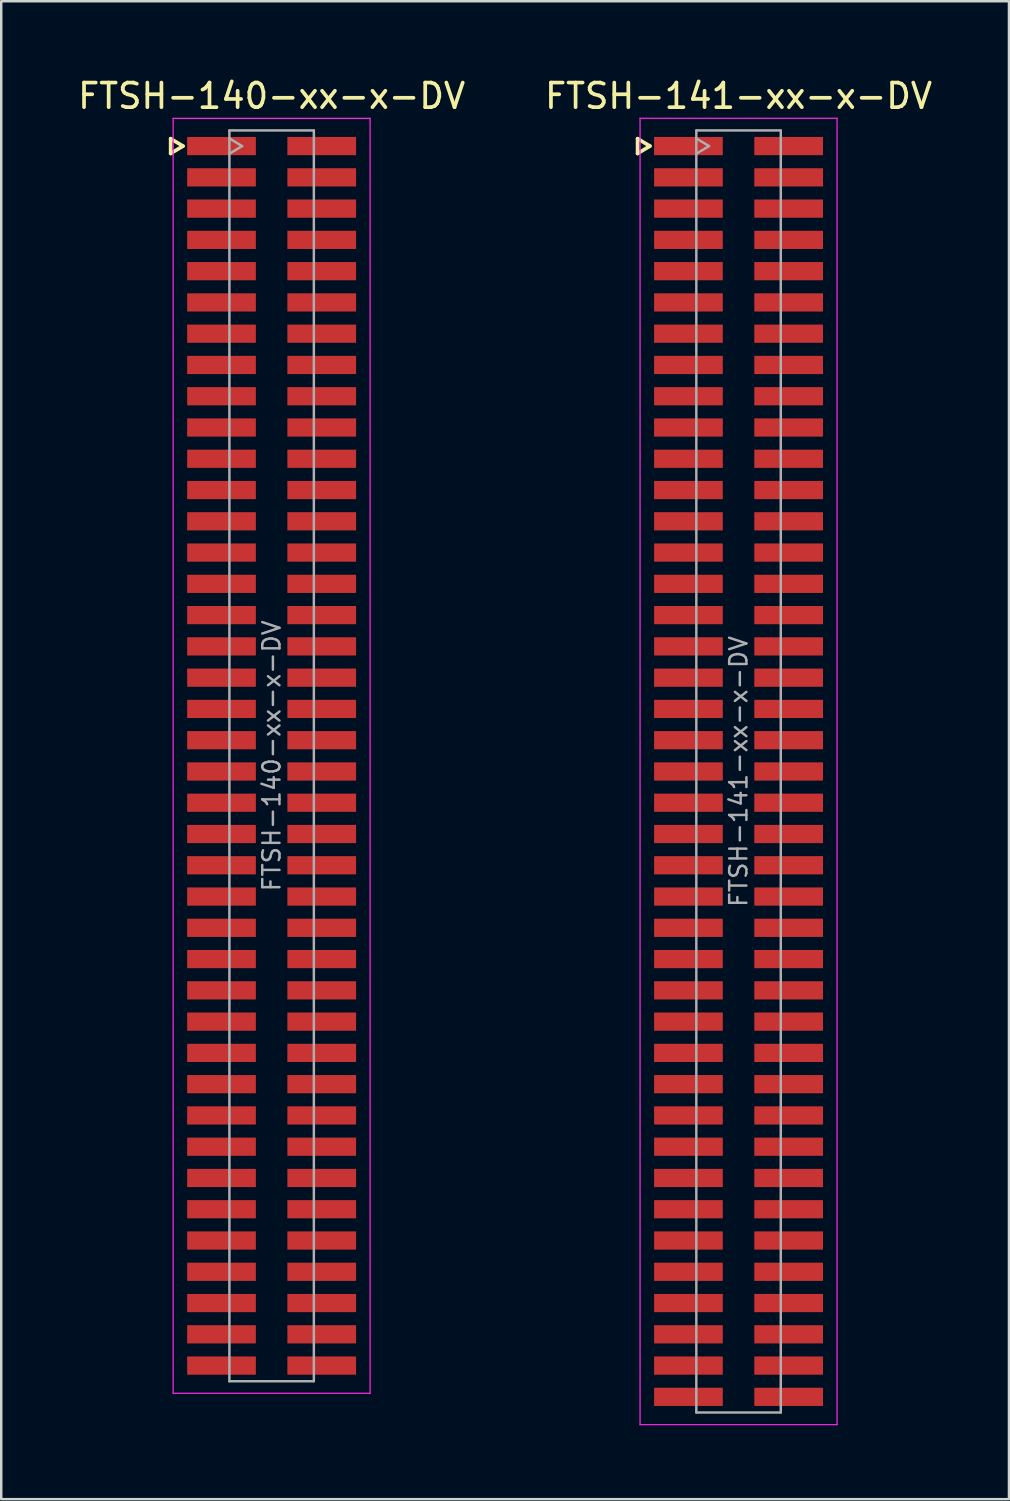
<source format=kicad_pcb>
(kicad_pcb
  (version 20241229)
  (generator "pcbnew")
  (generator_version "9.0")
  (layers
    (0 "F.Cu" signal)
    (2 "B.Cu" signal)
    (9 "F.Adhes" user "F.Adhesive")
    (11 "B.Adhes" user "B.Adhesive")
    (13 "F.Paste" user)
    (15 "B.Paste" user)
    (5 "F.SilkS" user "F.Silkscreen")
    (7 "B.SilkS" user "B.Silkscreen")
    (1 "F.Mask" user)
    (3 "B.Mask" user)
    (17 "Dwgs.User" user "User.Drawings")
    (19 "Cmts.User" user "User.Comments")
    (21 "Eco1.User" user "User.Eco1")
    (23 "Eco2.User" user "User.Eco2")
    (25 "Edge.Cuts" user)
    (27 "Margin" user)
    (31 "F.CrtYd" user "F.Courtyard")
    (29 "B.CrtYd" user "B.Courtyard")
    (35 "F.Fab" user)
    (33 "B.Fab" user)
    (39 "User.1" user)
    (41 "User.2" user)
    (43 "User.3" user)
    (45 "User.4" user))
  (footprint "FTSH-140-xx-x-DV"
    (layer "F.Cu")
    (at 7.982 27.648)
    (property "Reference" "FTSH-140-xx-x-DV" (at 0 -26.8 0) (layer "F.SilkS") (effects (font (size 1 1) (thickness 0.15))))
    (attr smd)
    (fp_line (start -4.1 -25.065) (end -4.1 -24.465) (stroke (width 0.15) (type solid)) (layer "F.SilkS"))
    (fp_line (start -4.1 -24.465) (end -3.6 -24.765) (stroke (width 0.15) (type solid)) (layer "F.SilkS"))
    (fp_line (start -3.6 -24.765) (end -4.1 -25.065) (stroke (width 0.15) (type solid)) (layer "F.SilkS"))
    (fp_line (start -4 -25.89) (end 4 -25.89) (stroke (width 0.05) (type solid)) (layer "F.CrtYd"))
    (fp_line (start -4 25.89) (end -4 -25.89) (stroke (width 0.05) (type solid)) (layer "F.CrtYd"))
    (fp_line (start 4 -25.89) (end 4 25.89) (stroke (width 0.05) (type solid)) (layer "F.CrtYd"))
    (fp_line (start 4 25.89) (end -4 25.89) (stroke (width 0.05) (type solid)) (layer "F.CrtYd"))
    (fp_line (start -1.715 -25.4) (end -1.715 25.4) (stroke (width 0.1) (type solid)) (layer "F.Fab"))
    (fp_line (start -1.715 -25.4) (end 1.715 -25.4) (stroke (width 0.1) (type solid)) (layer "F.Fab"))
    (fp_line (start -1.715 25.4) (end 1.715 25.4) (stroke (width 0.1) (type solid)) (layer "F.Fab"))
    (fp_line (start -1.7 -24.465) (end -1.2 -24.765) (stroke (width 0.1) (type solid)) (layer "F.Fab"))
    (fp_line (start -1.2 -24.765) (end -1.7 -25.065) (stroke (width 0.1) (type solid)) (layer "F.Fab"))
    (fp_line (start 1.715 -25.4) (end 1.715 25.4) (stroke (width 0.1) (type solid)) (layer "F.Fab"))
    (fp_text user "${REFERENCE}" (at 0 0 270) (layer "F.Fab") (effects (font (size 0.7 0.7) (thickness 0.1))))
    (pad "1" smd rect (at -2.035 -24.765) (size 2.79 0.74) (layers "F.Cu" "F.Mask" "F.Paste"))
    (pad "2" smd rect (at 2.035 -24.765) (size 2.79 0.74) (layers "F.Cu" "F.Mask" "F.Paste"))
    (pad "3" smd rect (at -2.035 -23.495) (size 2.79 0.74) (layers "F.Cu" "F.Mask" "F.Paste"))
    (pad "4" smd rect (at 2.035 -23.495) (size 2.79 0.74) (layers "F.Cu" "F.Mask" "F.Paste"))
    (pad "5" smd rect (at -2.035 -22.225) (size 2.79 0.74) (layers "F.Cu" "F.Mask" "F.Paste"))
    (pad "6" smd rect (at 2.035 -22.225) (size 2.79 0.74) (layers "F.Cu" "F.Mask" "F.Paste"))
    (pad "7" smd rect (at -2.035 -20.955) (size 2.79 0.74) (layers "F.Cu" "F.Mask" "F.Paste"))
    (pad "8" smd rect (at 2.035 -20.955) (size 2.79 0.74) (layers "F.Cu" "F.Mask" "F.Paste"))
    (pad "9" smd rect (at -2.035 -19.685) (size 2.79 0.74) (layers "F.Cu" "F.Mask" "F.Paste"))
    (pad "10" smd rect (at 2.035 -19.685) (size 2.79 0.74) (layers "F.Cu" "F.Mask" "F.Paste"))
    (pad "11" smd rect (at -2.035 -18.415) (size 2.79 0.74) (layers "F.Cu" "F.Mask" "F.Paste"))
    (pad "12" smd rect (at 2.035 -18.415) (size 2.79 0.74) (layers "F.Cu" "F.Mask" "F.Paste"))
    (pad "13" smd rect (at -2.035 -17.145) (size 2.79 0.74) (layers "F.Cu" "F.Mask" "F.Paste"))
    (pad "14" smd rect (at 2.035 -17.145) (size 2.79 0.74) (layers "F.Cu" "F.Mask" "F.Paste"))
    (pad "15" smd rect (at -2.035 -15.875) (size 2.79 0.74) (layers "F.Cu" "F.Mask" "F.Paste"))
    (pad "16" smd rect (at 2.035 -15.875) (size 2.79 0.74) (layers "F.Cu" "F.Mask" "F.Paste"))
    (pad "17" smd rect (at -2.035 -14.605) (size 2.79 0.74) (layers "F.Cu" "F.Mask" "F.Paste"))
    (pad "18" smd rect (at 2.035 -14.605) (size 2.79 0.74) (layers "F.Cu" "F.Mask" "F.Paste"))
    (pad "19" smd rect (at -2.035 -13.335) (size 2.79 0.74) (layers "F.Cu" "F.Mask" "F.Paste"))
    (pad "20" smd rect (at 2.035 -13.335) (size 2.79 0.74) (layers "F.Cu" "F.Mask" "F.Paste"))
    (pad "21" smd rect (at -2.035 -12.065) (size 2.79 0.74) (layers "F.Cu" "F.Mask" "F.Paste"))
    (pad "22" smd rect (at 2.035 -12.065) (size 2.79 0.74) (layers "F.Cu" "F.Mask" "F.Paste"))
    (pad "23" smd rect (at -2.035 -10.795) (size 2.79 0.74) (layers "F.Cu" "F.Mask" "F.Paste"))
    (pad "24" smd rect (at 2.035 -10.795) (size 2.79 0.74) (layers "F.Cu" "F.Mask" "F.Paste"))
    (pad "25" smd rect (at -2.035 -9.525) (size 2.79 0.74) (layers "F.Cu" "F.Mask" "F.Paste"))
    (pad "26" smd rect (at 2.035 -9.525) (size 2.79 0.74) (layers "F.Cu" "F.Mask" "F.Paste"))
    (pad "27" smd rect (at -2.035 -8.255) (size 2.79 0.74) (layers "F.Cu" "F.Mask" "F.Paste"))
    (pad "28" smd rect (at 2.035 -8.255) (size 2.79 0.74) (layers "F.Cu" "F.Mask" "F.Paste"))
    (pad "29" smd rect (at -2.035 -6.985) (size 2.79 0.74) (layers "F.Cu" "F.Mask" "F.Paste"))
    (pad "30" smd rect (at 2.035 -6.985) (size 2.79 0.74) (layers "F.Cu" "F.Mask" "F.Paste"))
    (pad "31" smd rect (at -2.035 -5.715) (size 2.79 0.74) (layers "F.Cu" "F.Mask" "F.Paste"))
    (pad "32" smd rect (at 2.035 -5.715) (size 2.79 0.74) (layers "F.Cu" "F.Mask" "F.Paste"))
    (pad "33" smd rect (at -2.035 -4.445) (size 2.79 0.74) (layers "F.Cu" "F.Mask" "F.Paste"))
    (pad "34" smd rect (at 2.035 -4.445) (size 2.79 0.74) (layers "F.Cu" "F.Mask" "F.Paste"))
    (pad "35" smd rect (at -2.035 -3.175) (size 2.79 0.74) (layers "F.Cu" "F.Mask" "F.Paste"))
    (pad "36" smd rect (at 2.035 -3.175) (size 2.79 0.74) (layers "F.Cu" "F.Mask" "F.Paste"))
    (pad "37" smd rect (at -2.035 -1.905) (size 2.79 0.74) (layers "F.Cu" "F.Mask" "F.Paste"))
    (pad "38" smd rect (at 2.035 -1.905) (size 2.79 0.74) (layers "F.Cu" "F.Mask" "F.Paste"))
    (pad "39" smd rect (at -2.035 -0.635) (size 2.79 0.74) (layers "F.Cu" "F.Mask" "F.Paste"))
    (pad "40" smd rect (at 2.035 -0.635) (size 2.79 0.74) (layers "F.Cu" "F.Mask" "F.Paste"))
    (pad "41" smd rect (at -2.035 0.635) (size 2.79 0.74) (layers "F.Cu" "F.Mask" "F.Paste"))
    (pad "42" smd rect (at 2.035 0.635) (size 2.79 0.74) (layers "F.Cu" "F.Mask" "F.Paste"))
    (pad "43" smd rect (at -2.035 1.905) (size 2.79 0.74) (layers "F.Cu" "F.Mask" "F.Paste"))
    (pad "44" smd rect (at 2.035 1.905) (size 2.79 0.74) (layers "F.Cu" "F.Mask" "F.Paste"))
    (pad "45" smd rect (at -2.035 3.175) (size 2.79 0.74) (layers "F.Cu" "F.Mask" "F.Paste"))
    (pad "46" smd rect (at 2.035 3.175) (size 2.79 0.74) (layers "F.Cu" "F.Mask" "F.Paste"))
    (pad "47" smd rect (at -2.035 4.445) (size 2.79 0.74) (layers "F.Cu" "F.Mask" "F.Paste"))
    (pad "48" smd rect (at 2.035 4.445) (size 2.79 0.74) (layers "F.Cu" "F.Mask" "F.Paste"))
    (pad "49" smd rect (at -2.035 5.715) (size 2.79 0.74) (layers "F.Cu" "F.Mask" "F.Paste"))
    (pad "50" smd rect (at 2.035 5.715) (size 2.79 0.74) (layers "F.Cu" "F.Mask" "F.Paste"))
    (pad "51" smd rect (at -2.035 6.985) (size 2.79 0.74) (layers "F.Cu" "F.Mask" "F.Paste"))
    (pad "52" smd rect (at 2.035 6.985) (size 2.79 0.74) (layers "F.Cu" "F.Mask" "F.Paste"))
    (pad "53" smd rect (at -2.035 8.255) (size 2.79 0.74) (layers "F.Cu" "F.Mask" "F.Paste"))
    (pad "54" smd rect (at 2.035 8.255) (size 2.79 0.74) (layers "F.Cu" "F.Mask" "F.Paste"))
    (pad "55" smd rect (at -2.035 9.525) (size 2.79 0.74) (layers "F.Cu" "F.Mask" "F.Paste"))
    (pad "56" smd rect (at 2.035 9.525) (size 2.79 0.74) (layers "F.Cu" "F.Mask" "F.Paste"))
    (pad "57" smd rect (at -2.035 10.795) (size 2.79 0.74) (layers "F.Cu" "F.Mask" "F.Paste"))
    (pad "58" smd rect (at 2.035 10.795) (size 2.79 0.74) (layers "F.Cu" "F.Mask" "F.Paste"))
    (pad "59" smd rect (at -2.035 12.065) (size 2.79 0.74) (layers "F.Cu" "F.Mask" "F.Paste"))
    (pad "60" smd rect (at 2.035 12.065) (size 2.79 0.74) (layers "F.Cu" "F.Mask" "F.Paste"))
    (pad "61" smd rect (at -2.035 13.335) (size 2.79 0.74) (layers "F.Cu" "F.Mask" "F.Paste"))
    (pad "62" smd rect (at 2.035 13.335) (size 2.79 0.74) (layers "F.Cu" "F.Mask" "F.Paste"))
    (pad "63" smd rect (at -2.035 14.605) (size 2.79 0.74) (layers "F.Cu" "F.Mask" "F.Paste"))
    (pad "64" smd rect (at 2.035 14.605) (size 2.79 0.74) (layers "F.Cu" "F.Mask" "F.Paste"))
    (pad "65" smd rect (at -2.035 15.875) (size 2.79 0.74) (layers "F.Cu" "F.Mask" "F.Paste"))
    (pad "66" smd rect (at 2.035 15.875) (size 2.79 0.74) (layers "F.Cu" "F.Mask" "F.Paste"))
    (pad "67" smd rect (at -2.035 17.145) (size 2.79 0.74) (layers "F.Cu" "F.Mask" "F.Paste"))
    (pad "68" smd rect (at 2.035 17.145) (size 2.79 0.74) (layers "F.Cu" "F.Mask" "F.Paste"))
    (pad "69" smd rect (at -2.035 18.415) (size 2.79 0.74) (layers "F.Cu" "F.Mask" "F.Paste"))
    (pad "70" smd rect (at 2.035 18.415) (size 2.79 0.74) (layers "F.Cu" "F.Mask" "F.Paste"))
    (pad "71" smd rect (at -2.035 19.685) (size 2.79 0.74) (layers "F.Cu" "F.Mask" "F.Paste"))
    (pad "72" smd rect (at 2.035 19.685) (size 2.79 0.74) (layers "F.Cu" "F.Mask" "F.Paste"))
    (pad "73" smd rect (at -2.035 20.955) (size 2.79 0.74) (layers "F.Cu" "F.Mask" "F.Paste"))
    (pad "74" smd rect (at 2.035 20.955) (size 2.79 0.74) (layers "F.Cu" "F.Mask" "F.Paste"))
    (pad "75" smd rect (at -2.035 22.225) (size 2.79 0.74) (layers "F.Cu" "F.Mask" "F.Paste"))
    (pad "76" smd rect (at 2.035 22.225) (size 2.79 0.74) (layers "F.Cu" "F.Mask" "F.Paste"))
    (pad "77" smd rect (at -2.035 23.495) (size 2.79 0.74) (layers "F.Cu" "F.Mask" "F.Paste"))
    (pad "78" smd rect (at 2.035 23.495) (size 2.79 0.74) (layers "F.Cu" "F.Mask" "F.Paste"))
    (pad "79" smd rect (at -2.035 24.765) (size 2.79 0.74) (layers "F.Cu" "F.Mask" "F.Paste"))
    (pad "80" smd rect (at 2.035 24.765) (size 2.79 0.74) (layers "F.Cu" "F.Mask" "F.Paste")))
  (footprint "FTSH-141-xx-x-DV"
    (layer "F.Cu")
    (at 26.946 28.283)
    (property "Reference" "FTSH-141-xx-x-DV" (at 0 -27.435 0) (layer "F.SilkS") (effects (font (size 1 1) (thickness 0.15))))
    (attr smd)
    (fp_line (start -4.1 -25.7) (end -4.1 -25.1) (stroke (width 0.15) (type solid)) (layer "F.SilkS"))
    (fp_line (start -4.1 -25.1) (end -3.6 -25.4) (stroke (width 0.15) (type solid)) (layer "F.SilkS"))
    (fp_line (start -3.6 -25.4) (end -4.1 -25.7) (stroke (width 0.15) (type solid)) (layer "F.SilkS"))
    (fp_line (start -4 -26.53) (end 4 -26.53) (stroke (width 0.05) (type solid)) (layer "F.CrtYd"))
    (fp_line (start -4 26.53) (end -4 -26.53) (stroke (width 0.05) (type solid)) (layer "F.CrtYd"))
    (fp_line (start 4 -26.53) (end 4 26.53) (stroke (width 0.05) (type solid)) (layer "F.CrtYd"))
    (fp_line (start 4 26.53) (end -4 26.53) (stroke (width 0.05) (type solid)) (layer "F.CrtYd"))
    (fp_line (start -1.715 -26.035) (end -1.715 26.035) (stroke (width 0.1) (type solid)) (layer "F.Fab"))
    (fp_line (start -1.715 -26.035) (end 1.715 -26.035) (stroke (width 0.1) (type solid)) (layer "F.Fab"))
    (fp_line (start -1.715 26.035) (end 1.715 26.035) (stroke (width 0.1) (type solid)) (layer "F.Fab"))
    (fp_line (start -1.7 -25.1) (end -1.2 -25.4) (stroke (width 0.1) (type solid)) (layer "F.Fab"))
    (fp_line (start -1.2 -25.4) (end -1.7 -25.7) (stroke (width 0.1) (type solid)) (layer "F.Fab"))
    (fp_line (start 1.715 -26.035) (end 1.715 26.035) (stroke (width 0.1) (type solid)) (layer "F.Fab"))
    (fp_text user "${REFERENCE}" (at 0 0 270) (layer "F.Fab") (effects (font (size 0.7 0.7) (thickness 0.1))))
    (pad "1" smd rect (at -2.035 -25.4) (size 2.79 0.74) (layers "F.Cu" "F.Mask" "F.Paste"))
    (pad "2" smd rect (at 2.035 -25.4) (size 2.79 0.74) (layers "F.Cu" "F.Mask" "F.Paste"))
    (pad "3" smd rect (at -2.035 -24.13) (size 2.79 0.74) (layers "F.Cu" "F.Mask" "F.Paste"))
    (pad "4" smd rect (at 2.035 -24.13) (size 2.79 0.74) (layers "F.Cu" "F.Mask" "F.Paste"))
    (pad "5" smd rect (at -2.035 -22.86) (size 2.79 0.74) (layers "F.Cu" "F.Mask" "F.Paste"))
    (pad "6" smd rect (at 2.035 -22.86) (size 2.79 0.74) (layers "F.Cu" "F.Mask" "F.Paste"))
    (pad "7" smd rect (at -2.035 -21.59) (size 2.79 0.74) (layers "F.Cu" "F.Mask" "F.Paste"))
    (pad "8" smd rect (at 2.035 -21.59) (size 2.79 0.74) (layers "F.Cu" "F.Mask" "F.Paste"))
    (pad "9" smd rect (at -2.035 -20.32) (size 2.79 0.74) (layers "F.Cu" "F.Mask" "F.Paste"))
    (pad "10" smd rect (at 2.035 -20.32) (size 2.79 0.74) (layers "F.Cu" "F.Mask" "F.Paste"))
    (pad "11" smd rect (at -2.035 -19.05) (size 2.79 0.74) (layers "F.Cu" "F.Mask" "F.Paste"))
    (pad "12" smd rect (at 2.035 -19.05) (size 2.79 0.74) (layers "F.Cu" "F.Mask" "F.Paste"))
    (pad "13" smd rect (at -2.035 -17.78) (size 2.79 0.74) (layers "F.Cu" "F.Mask" "F.Paste"))
    (pad "14" smd rect (at 2.035 -17.78) (size 2.79 0.74) (layers "F.Cu" "F.Mask" "F.Paste"))
    (pad "15" smd rect (at -2.035 -16.51) (size 2.79 0.74) (layers "F.Cu" "F.Mask" "F.Paste"))
    (pad "16" smd rect (at 2.035 -16.51) (size 2.79 0.74) (layers "F.Cu" "F.Mask" "F.Paste"))
    (pad "17" smd rect (at -2.035 -15.24) (size 2.79 0.74) (layers "F.Cu" "F.Mask" "F.Paste"))
    (pad "18" smd rect (at 2.035 -15.24) (size 2.79 0.74) (layers "F.Cu" "F.Mask" "F.Paste"))
    (pad "19" smd rect (at -2.035 -13.97) (size 2.79 0.74) (layers "F.Cu" "F.Mask" "F.Paste"))
    (pad "20" smd rect (at 2.035 -13.97) (size 2.79 0.74) (layers "F.Cu" "F.Mask" "F.Paste"))
    (pad "21" smd rect (at -2.035 -12.7) (size 2.79 0.74) (layers "F.Cu" "F.Mask" "F.Paste"))
    (pad "22" smd rect (at 2.035 -12.7) (size 2.79 0.74) (layers "F.Cu" "F.Mask" "F.Paste"))
    (pad "23" smd rect (at -2.035 -11.43) (size 2.79 0.74) (layers "F.Cu" "F.Mask" "F.Paste"))
    (pad "24" smd rect (at 2.035 -11.43) (size 2.79 0.74) (layers "F.Cu" "F.Mask" "F.Paste"))
    (pad "25" smd rect (at -2.035 -10.16) (size 2.79 0.74) (layers "F.Cu" "F.Mask" "F.Paste"))
    (pad "26" smd rect (at 2.035 -10.16) (size 2.79 0.74) (layers "F.Cu" "F.Mask" "F.Paste"))
    (pad "27" smd rect (at -2.035 -8.89) (size 2.79 0.74) (layers "F.Cu" "F.Mask" "F.Paste"))
    (pad "28" smd rect (at 2.035 -8.89) (size 2.79 0.74) (layers "F.Cu" "F.Mask" "F.Paste"))
    (pad "29" smd rect (at -2.035 -7.62) (size 2.79 0.74) (layers "F.Cu" "F.Mask" "F.Paste"))
    (pad "30" smd rect (at 2.035 -7.62) (size 2.79 0.74) (layers "F.Cu" "F.Mask" "F.Paste"))
    (pad "31" smd rect (at -2.035 -6.35) (size 2.79 0.74) (layers "F.Cu" "F.Mask" "F.Paste"))
    (pad "32" smd rect (at 2.035 -6.35) (size 2.79 0.74) (layers "F.Cu" "F.Mask" "F.Paste"))
    (pad "33" smd rect (at -2.035 -5.08) (size 2.79 0.74) (layers "F.Cu" "F.Mask" "F.Paste"))
    (pad "34" smd rect (at 2.035 -5.08) (size 2.79 0.74) (layers "F.Cu" "F.Mask" "F.Paste"))
    (pad "35" smd rect (at -2.035 -3.81) (size 2.79 0.74) (layers "F.Cu" "F.Mask" "F.Paste"))
    (pad "36" smd rect (at 2.035 -3.81) (size 2.79 0.74) (layers "F.Cu" "F.Mask" "F.Paste"))
    (pad "37" smd rect (at -2.035 -2.54) (size 2.79 0.74) (layers "F.Cu" "F.Mask" "F.Paste"))
    (pad "38" smd rect (at 2.035 -2.54) (size 2.79 0.74) (layers "F.Cu" "F.Mask" "F.Paste"))
    (pad "39" smd rect (at -2.035 -1.27) (size 2.79 0.74) (layers "F.Cu" "F.Mask" "F.Paste"))
    (pad "40" smd rect (at 2.035 -1.27) (size 2.79 0.74) (layers "F.Cu" "F.Mask" "F.Paste"))
    (pad "41" smd rect (at -2.035 0) (size 2.79 0.74) (layers "F.Cu" "F.Mask" "F.Paste"))
    (pad "42" smd rect (at 2.035 0) (size 2.79 0.74) (layers "F.Cu" "F.Mask" "F.Paste"))
    (pad "43" smd rect (at -2.035 1.27) (size 2.79 0.74) (layers "F.Cu" "F.Mask" "F.Paste"))
    (pad "44" smd rect (at 2.035 1.27) (size 2.79 0.74) (layers "F.Cu" "F.Mask" "F.Paste"))
    (pad "45" smd rect (at -2.035 2.54) (size 2.79 0.74) (layers "F.Cu" "F.Mask" "F.Paste"))
    (pad "46" smd rect (at 2.035 2.54) (size 2.79 0.74) (layers "F.Cu" "F.Mask" "F.Paste"))
    (pad "47" smd rect (at -2.035 3.81) (size 2.79 0.74) (layers "F.Cu" "F.Mask" "F.Paste"))
    (pad "48" smd rect (at 2.035 3.81) (size 2.79 0.74) (layers "F.Cu" "F.Mask" "F.Paste"))
    (pad "49" smd rect (at -2.035 5.08) (size 2.79 0.74) (layers "F.Cu" "F.Mask" "F.Paste"))
    (pad "50" smd rect (at 2.035 5.08) (size 2.79 0.74) (layers "F.Cu" "F.Mask" "F.Paste"))
    (pad "51" smd rect (at -2.035 6.35) (size 2.79 0.74) (layers "F.Cu" "F.Mask" "F.Paste"))
    (pad "52" smd rect (at 2.035 6.35) (size 2.79 0.74) (layers "F.Cu" "F.Mask" "F.Paste"))
    (pad "53" smd rect (at -2.035 7.62) (size 2.79 0.74) (layers "F.Cu" "F.Mask" "F.Paste"))
    (pad "54" smd rect (at 2.035 7.62) (size 2.79 0.74) (layers "F.Cu" "F.Mask" "F.Paste"))
    (pad "55" smd rect (at -2.035 8.89) (size 2.79 0.74) (layers "F.Cu" "F.Mask" "F.Paste"))
    (pad "56" smd rect (at 2.035 8.89) (size 2.79 0.74) (layers "F.Cu" "F.Mask" "F.Paste"))
    (pad "57" smd rect (at -2.035 10.16) (size 2.79 0.74) (layers "F.Cu" "F.Mask" "F.Paste"))
    (pad "58" smd rect (at 2.035 10.16) (size 2.79 0.74) (layers "F.Cu" "F.Mask" "F.Paste"))
    (pad "59" smd rect (at -2.035 11.43) (size 2.79 0.74) (layers "F.Cu" "F.Mask" "F.Paste"))
    (pad "60" smd rect (at 2.035 11.43) (size 2.79 0.74) (layers "F.Cu" "F.Mask" "F.Paste"))
    (pad "61" smd rect (at -2.035 12.7) (size 2.79 0.74) (layers "F.Cu" "F.Mask" "F.Paste"))
    (pad "62" smd rect (at 2.035 12.7) (size 2.79 0.74) (layers "F.Cu" "F.Mask" "F.Paste"))
    (pad "63" smd rect (at -2.035 13.97) (size 2.79 0.74) (layers "F.Cu" "F.Mask" "F.Paste"))
    (pad "64" smd rect (at 2.035 13.97) (size 2.79 0.74) (layers "F.Cu" "F.Mask" "F.Paste"))
    (pad "65" smd rect (at -2.035 15.24) (size 2.79 0.74) (layers "F.Cu" "F.Mask" "F.Paste"))
    (pad "66" smd rect (at 2.035 15.24) (size 2.79 0.74) (layers "F.Cu" "F.Mask" "F.Paste"))
    (pad "67" smd rect (at -2.035 16.51) (size 2.79 0.74) (layers "F.Cu" "F.Mask" "F.Paste"))
    (pad "68" smd rect (at 2.035 16.51) (size 2.79 0.74) (layers "F.Cu" "F.Mask" "F.Paste"))
    (pad "69" smd rect (at -2.035 17.78) (size 2.79 0.74) (layers "F.Cu" "F.Mask" "F.Paste"))
    (pad "70" smd rect (at 2.035 17.78) (size 2.79 0.74) (layers "F.Cu" "F.Mask" "F.Paste"))
    (pad "71" smd rect (at -2.035 19.05) (size 2.79 0.74) (layers "F.Cu" "F.Mask" "F.Paste"))
    (pad "72" smd rect (at 2.035 19.05) (size 2.79 0.74) (layers "F.Cu" "F.Mask" "F.Paste"))
    (pad "73" smd rect (at -2.035 20.32) (size 2.79 0.74) (layers "F.Cu" "F.Mask" "F.Paste"))
    (pad "74" smd rect (at 2.035 20.32) (size 2.79 0.74) (layers "F.Cu" "F.Mask" "F.Paste"))
    (pad "75" smd rect (at -2.035 21.59) (size 2.79 0.74) (layers "F.Cu" "F.Mask" "F.Paste"))
    (pad "76" smd rect (at 2.035 21.59) (size 2.79 0.74) (layers "F.Cu" "F.Mask" "F.Paste"))
    (pad "77" smd rect (at -2.035 22.86) (size 2.79 0.74) (layers "F.Cu" "F.Mask" "F.Paste"))
    (pad "78" smd rect (at 2.035 22.86) (size 2.79 0.74) (layers "F.Cu" "F.Mask" "F.Paste"))
    (pad "79" smd rect (at -2.035 24.13) (size 2.79 0.74) (layers "F.Cu" "F.Mask" "F.Paste"))
    (pad "80" smd rect (at 2.035 24.13) (size 2.79 0.74) (layers "F.Cu" "F.Mask" "F.Paste"))
    (pad "81" smd rect (at -2.035 25.4) (size 2.79 0.74) (layers "F.Cu" "F.Mask" "F.Paste"))
    (pad "82" smd rect (at 2.035 25.4) (size 2.79 0.74) (layers "F.Cu" "F.Mask" "F.Paste")))
  (gr_rect
    (start -3 -3)
    (end 37.929 57.838)
    (stroke (width 0.1) (type default))
    (fill no)
    (layer "Edge.Cuts")))
</source>
